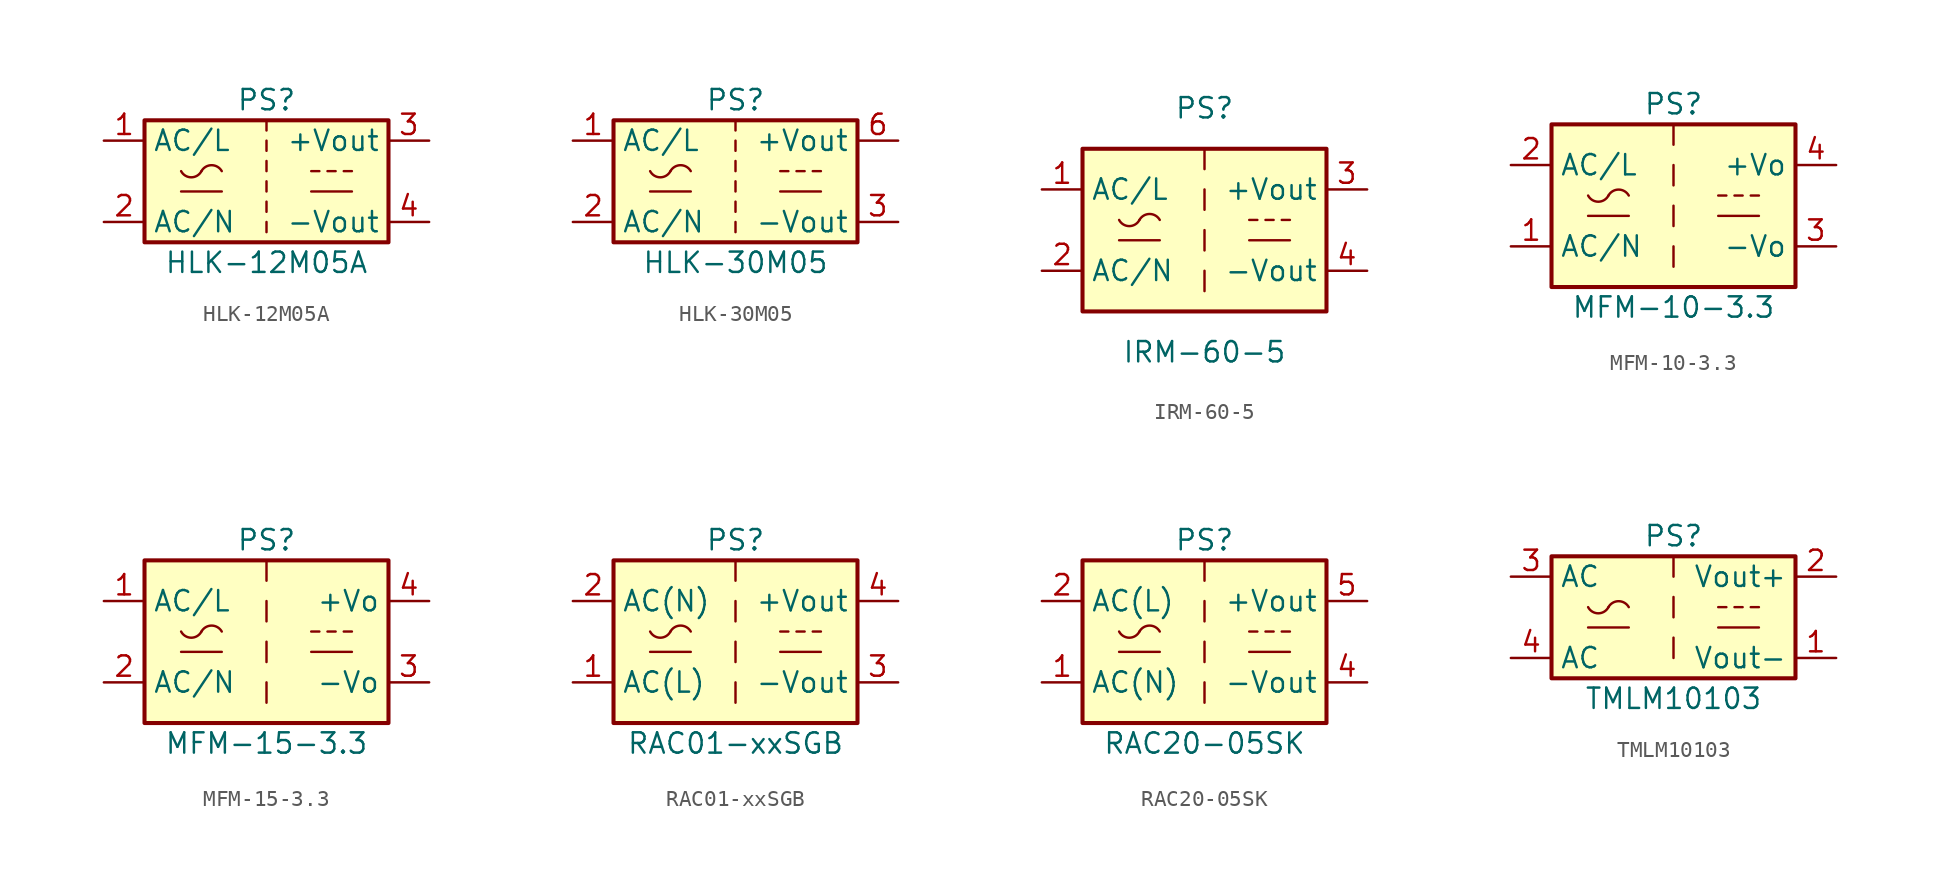
<source format=kicad_sym>
(kicad_symbol_lib
  (version 20231120)
  (generator "kicad_symbol_editor")
  (generator_version "8.0")
  (symbol "HLK-12M05A"
    (property "Reference" "PS"
      (at 0 5.08 0)
      (effects (font (size 1.27 1.27))))
    (property "Value" "HLK-12M05A"
      (at 0 -5.08 0)
      (effects (font (size 1.27 1.27))))
    (symbol "HLK-12M05A_0_1"
      (rectangle (start -7.62 3.81) (end 7.62 -3.81) (stroke (width 0.254) (type default)) (fill (type background)))
      (arc (start -5.334 0.635) (mid -4.699 0.2495) (end -4.064 0.635) (stroke (width 0) (type default)) (fill (type none)))
      (arc (start -2.794 0.635) (mid -3.429 1.0072) (end -4.064 0.635) (stroke (width 0) (type default)) (fill (type none)))
      (polyline (pts (xy -5.334 -0.635) (xy -2.794 -0.635)) (stroke (width 0) (type default)) (fill (type none)))
      (polyline (pts (xy 0 -2.54) (xy 0 -3.175)) (stroke (width 0) (type default)) (fill (type none)))
      (polyline (pts (xy 0 -1.27) (xy 0 -1.905)) (stroke (width 0) (type default)) (fill (type none)))
      (polyline (pts (xy 0 0) (xy 0 -0.635)) (stroke (width 0) (type default)) (fill (type none)))
      (polyline (pts (xy 0 1.27) (xy 0 0.635)) (stroke (width 0) (type default)) (fill (type none)))
      (polyline (pts (xy 0 2.54) (xy 0 1.905)) (stroke (width 0) (type default)) (fill (type none)))
      (polyline (pts (xy 0 3.81) (xy 0 3.175)) (stroke (width 0) (type default)) (fill (type none)))
      (polyline (pts (xy 2.794 -0.635) (xy 5.334 -0.635)) (stroke (width 0) (type default)) (fill (type none)))
      (polyline (pts (xy 2.794 0.635) (xy 3.302 0.635)) (stroke (width 0) (type default)) (fill (type none)))
      (polyline (pts (xy 3.81 0.635) (xy 4.318 0.635)) (stroke (width 0) (type default)) (fill (type none)))
      (polyline (pts (xy 4.826 0.635) (xy 5.334 0.635)) (stroke (width 0) (type default)) (fill (type none))))
    (symbol "HLK-12M05A_1_1"
      (pin power_in line (at -10.16 2.54 0) (length 2.54) (name "AC/L" (effects (font (size 1.27 1.27)))) (number "1" (effects (font (size 1.27 1.27)))))
      (pin power_in line (at -10.16 -2.54 0) (length 2.54) (name "AC/N" (effects (font (size 1.27 1.27)))) (number "2" (effects (font (size 1.27 1.27)))))
      (pin power_out line (at 10.16 2.54 180) (length 2.54) (name "+Vout" (effects (font (size 1.27 1.27)))) (number "3" (effects (font (size 1.27 1.27)))))
      (pin power_out line (at 10.16 -2.54 180) (length 2.54) (name "-Vout" (effects (font (size 1.27 1.27)))) (number "4" (effects (font (size 1.27 1.27)))))))
  (symbol "HLK-30M05"
    (property "Reference" "PS"
      (at 0 5.08 0)
      (effects (font (size 1.27 1.27))))
    (property "Value" "HLK-30M05"
      (at 0 -5.08 0)
      (effects (font (size 1.27 1.27))))
    (symbol "HLK-30M05_0_1"
      (rectangle (start -7.62 3.81) (end 7.62 -3.81) (stroke (width 0.254) (type default)) (fill (type background)))
      (arc (start -5.334 0.635) (mid -4.699 0.2495) (end -4.064 0.635) (stroke (width 0) (type default)) (fill (type none)))
      (arc (start -2.794 0.635) (mid -3.429 1.0072) (end -4.064 0.635) (stroke (width 0) (type default)) (fill (type none)))
      (polyline (pts (xy -5.334 -0.635) (xy -2.794 -0.635)) (stroke (width 0) (type default)) (fill (type none)))
      (polyline (pts (xy 0 -2.54) (xy 0 -3.175)) (stroke (width 0) (type default)) (fill (type none)))
      (polyline (pts (xy 0 -1.27) (xy 0 -1.905)) (stroke (width 0) (type default)) (fill (type none)))
      (polyline (pts (xy 0 0) (xy 0 -0.635)) (stroke (width 0) (type default)) (fill (type none)))
      (polyline (pts (xy 0 1.27) (xy 0 0.635)) (stroke (width 0) (type default)) (fill (type none)))
      (polyline (pts (xy 0 2.54) (xy 0 1.905)) (stroke (width 0) (type default)) (fill (type none)))
      (polyline (pts (xy 0 3.81) (xy 0 3.175)) (stroke (width 0) (type default)) (fill (type none)))
      (polyline (pts (xy 2.794 -0.635) (xy 5.334 -0.635)) (stroke (width 0) (type default)) (fill (type none)))
      (polyline (pts (xy 2.794 0.635) (xy 3.302 0.635)) (stroke (width 0) (type default)) (fill (type none)))
      (polyline (pts (xy 3.81 0.635) (xy 4.318 0.635)) (stroke (width 0) (type default)) (fill (type none)))
      (polyline (pts (xy 4.826 0.635) (xy 5.334 0.635)) (stroke (width 0) (type default)) (fill (type none))))
    (symbol "HLK-30M05_1_1"
      (pin power_in line (at -10.16 2.54 0) (length 2.54) (name "AC/L" (effects (font (size 1.27 1.27)))) (number "1" (effects (font (size 1.27 1.27)))))
      (pin power_in line (at -10.16 -2.54 0) (length 2.54) (name "AC/N" (effects (font (size 1.27 1.27)))) (number "2" (effects (font (size 1.27 1.27)))))
      (pin power_out line (at 10.16 -2.54 180) (length 2.54) (name "-Vout" (effects (font (size 1.27 1.27)))) (number "3" (effects (font (size 1.27 1.27)))))
      (pin power_out line (at 10.16 2.54 180) (length 2.54) (name "+Vout" (effects (font (size 1.27 1.27)))) (number "6" (effects (font (size 1.27 1.27)))))))
  (symbol "IRM-60-5"
    (property "Reference" "PS"
      (at 0 7.62 0)
      (effects (font (size 1.27 1.27))))
    (property "Value" "IRM-60-5"
      (at 0 -7.62 0)
      (effects (font (size 1.27 1.27))))
    (symbol "IRM-60-5_1_1"
      (rectangle (start -7.62 5.08) (end 7.62 -5.08) (stroke (width 0.254) (type default)) (fill (type background)))
      (arc (start -5.334 0.635) (mid -4.699 0.2495) (end -4.064 0.635) (stroke (width 0) (type default)) (fill (type none)))
      (arc (start -2.794 0.635) (mid -3.429 1.0072) (end -4.064 0.635) (stroke (width 0) (type default)) (fill (type none)))
      (polyline (pts (xy -5.334 -0.635) (xy -2.794 -0.635)) (stroke (width 0) (type default)) (fill (type none)))
      (polyline (pts (xy 0 -2.54) (xy 0 -3.81)) (stroke (width 0) (type default)) (fill (type none)))
      (polyline (pts (xy 0 0) (xy 0 -1.27)) (stroke (width 0) (type default)) (fill (type none)))
      (polyline (pts (xy 0 2.54) (xy 0 1.27)) (stroke (width 0) (type default)) (fill (type none)))
      (polyline (pts (xy 0 5.08) (xy 0 3.81)) (stroke (width 0) (type default)) (fill (type none)))
      (polyline (pts (xy 2.794 -0.635) (xy 5.334 -0.635)) (stroke (width 0) (type default)) (fill (type none)))
      (polyline (pts (xy 2.794 0.635) (xy 3.302 0.635)) (stroke (width 0) (type default)) (fill (type none)))
      (polyline (pts (xy 3.81 0.635) (xy 4.318 0.635)) (stroke (width 0) (type default)) (fill (type none)))
      (polyline (pts (xy 4.826 0.635) (xy 5.334 0.635)) (stroke (width 0) (type default)) (fill (type none)))
      (pin power_in line (at -10.16 2.54 0) (length 2.54) (name "AC/L" (effects (font (size 1.27 1.27)))) (number "1" (effects (font (size 1.27 1.27)))))
      (pin power_in line (at -10.16 -2.54 0) (length 2.54) (name "AC/N" (effects (font (size 1.27 1.27)))) (number "2" (effects (font (size 1.27 1.27)))))
      (pin power_out line (at 10.16 2.54 180) (length 2.54) (name "+Vout" (effects (font (size 1.27 1.27)))) (number "3" (effects (font (size 1.27 1.27)))))
      (pin power_out line (at 10.16 -2.54 180) (length 2.54) (name "-Vout" (effects (font (size 1.27 1.27)))) (number "4" (effects (font (size 1.27 1.27)))))))
  (symbol "MFM-10-3.3"
    (property "Reference" "PS"
      (at 0 6.35 0)
      (effects (font (size 1.27 1.27))))
    (property "Value" "MFM-10-3.3"
      (at 0 -6.35 0)
      (effects (font (size 1.27 1.27))))
    (symbol "MFM-10-3.3_0_1"
      (rectangle (start -7.62 5.08) (end 7.62 -5.08) (stroke (width 0.254) (type default)) (fill (type background)))
      (arc (start -5.334 0.635) (mid -4.699 0.2495) (end -4.064 0.635) (stroke (width 0) (type default)) (fill (type none)))
      (arc (start -2.794 0.635) (mid -3.429 1.0072) (end -4.064 0.635) (stroke (width 0) (type default)) (fill (type none)))
      (polyline (pts (xy -5.334 -0.635) (xy -2.794 -0.635)) (stroke (width 0) (type default)) (fill (type none)))
      (polyline (pts (xy 0 -2.54) (xy 0 -3.81)) (stroke (width 0) (type default)) (fill (type none)))
      (polyline (pts (xy 0 0) (xy 0 -1.27)) (stroke (width 0) (type default)) (fill (type none)))
      (polyline (pts (xy 0 2.54) (xy 0 1.27)) (stroke (width 0) (type default)) (fill (type none)))
      (polyline (pts (xy 0 5.08) (xy 0 3.81)) (stroke (width 0) (type default)) (fill (type none)))
      (polyline (pts (xy 2.794 -0.635) (xy 5.334 -0.635)) (stroke (width 0) (type default)) (fill (type none)))
      (polyline (pts (xy 2.794 0.635) (xy 3.302 0.635)) (stroke (width 0) (type default)) (fill (type none)))
      (polyline (pts (xy 3.81 0.635) (xy 4.318 0.635)) (stroke (width 0) (type default)) (fill (type none)))
      (polyline (pts (xy 4.826 0.635) (xy 5.334 0.635)) (stroke (width 0) (type default)) (fill (type none))))
    (symbol "MFM-10-3.3_1_1"
      (pin power_in line (at -10.16 -2.54 0) (length 2.54) (name "AC/N" (effects (font (size 1.27 1.27)))) (number "1" (effects (font (size 1.27 1.27)))))
      (pin power_in line (at -10.16 2.54 0) (length 2.54) (name "AC/L" (effects (font (size 1.27 1.27)))) (number "2" (effects (font (size 1.27 1.27)))))
      (pin power_out line (at 10.16 -2.54 180) (length 2.54) (name "-Vo" (effects (font (size 1.27 1.27)))) (number "3" (effects (font (size 1.27 1.27)))))
      (pin power_out line (at 10.16 2.54 180) (length 2.54) (name "+Vo" (effects (font (size 1.27 1.27)))) (number "4" (effects (font (size 1.27 1.27)))))))
  (symbol "MFM-15-3.3"
    (property "Reference" "PS"
      (at 0 6.35 0)
      (effects (font (size 1.27 1.27))))
    (property "Value" "MFM-15-3.3"
      (at 0 -6.35 0)
      (effects (font (size 1.27 1.27))))
    (symbol "MFM-15-3.3_0_1"
      (rectangle (start -7.62 5.08) (end 7.62 -5.08) (stroke (width 0.254) (type default)) (fill (type background)))
      (arc (start -5.334 0.635) (mid -4.699 0.2495) (end -4.064 0.635) (stroke (width 0) (type default)) (fill (type none)))
      (arc (start -2.794 0.635) (mid -3.429 1.0072) (end -4.064 0.635) (stroke (width 0) (type default)) (fill (type none)))
      (polyline (pts (xy -5.334 -0.635) (xy -2.794 -0.635)) (stroke (width 0) (type default)) (fill (type none)))
      (polyline (pts (xy 0 -2.54) (xy 0 -3.81)) (stroke (width 0) (type default)) (fill (type none)))
      (polyline (pts (xy 0 0) (xy 0 -1.27)) (stroke (width 0) (type default)) (fill (type none)))
      (polyline (pts (xy 0 2.54) (xy 0 1.27)) (stroke (width 0) (type default)) (fill (type none)))
      (polyline (pts (xy 0 5.08) (xy 0 3.81)) (stroke (width 0) (type default)) (fill (type none)))
      (polyline (pts (xy 2.794 -0.635) (xy 5.334 -0.635)) (stroke (width 0) (type default)) (fill (type none)))
      (polyline (pts (xy 2.794 0.635) (xy 3.302 0.635)) (stroke (width 0) (type default)) (fill (type none)))
      (polyline (pts (xy 3.81 0.635) (xy 4.318 0.635)) (stroke (width 0) (type default)) (fill (type none)))
      (polyline (pts (xy 4.826 0.635) (xy 5.334 0.635)) (stroke (width 0) (type default)) (fill (type none))))
    (symbol "MFM-15-3.3_1_1"
      (pin power_in line (at -10.16 2.54 0) (length 2.54) (name "AC/L" (effects (font (size 1.27 1.27)))) (number "1" (effects (font (size 1.27 1.27)))))
      (pin power_in line (at -10.16 -2.54 0) (length 2.54) (name "AC/N" (effects (font (size 1.27 1.27)))) (number "2" (effects (font (size 1.27 1.27)))))
      (pin power_out line (at 10.16 -2.54 180) (length 2.54) (name "-Vo" (effects (font (size 1.27 1.27)))) (number "3" (effects (font (size 1.27 1.27)))))
      (pin power_out line (at 10.16 2.54 180) (length 2.54) (name "+Vo" (effects (font (size 1.27 1.27)))) (number "4" (effects (font (size 1.27 1.27)))))))
  (symbol "RAC01-xxSGB"
    (property "Reference" "PS"
      (at 0 6.35 0)
      (effects (font (size 1.27 1.27))))
    (property "Value" "RAC01-xxSGB"
      (at 0 -6.35 0)
      (effects (font (size 1.27 1.27))))
    (symbol "RAC01-xxSGB_1_1"
      (rectangle (start -7.62 5.08) (end 7.62 -5.08) (stroke (width 0.254) (type default)) (fill (type background)))
      (arc (start -5.334 0.635) (mid -4.699 0.2495) (end -4.064 0.635) (stroke (width 0) (type default)) (fill (type none)))
      (arc (start -2.794 0.635) (mid -3.429 1.0072) (end -4.064 0.635) (stroke (width 0) (type default)) (fill (type none)))
      (polyline (pts (xy -5.334 -0.635) (xy -2.794 -0.635)) (stroke (width 0) (type default)) (fill (type none)))
      (polyline (pts (xy 0 -2.54) (xy 0 -3.81)) (stroke (width 0) (type default)) (fill (type none)))
      (polyline (pts (xy 0 0) (xy 0 -1.27)) (stroke (width 0) (type default)) (fill (type none)))
      (polyline (pts (xy 0 2.54) (xy 0 1.27)) (stroke (width 0) (type default)) (fill (type none)))
      (polyline (pts (xy 0 5.08) (xy 0 3.81)) (stroke (width 0) (type default)) (fill (type none)))
      (polyline (pts (xy 2.794 -0.635) (xy 5.334 -0.635)) (stroke (width 0) (type default)) (fill (type none)))
      (polyline (pts (xy 2.794 0.635) (xy 3.302 0.635)) (stroke (width 0) (type default)) (fill (type none)))
      (polyline (pts (xy 3.81 0.635) (xy 4.318 0.635)) (stroke (width 0) (type default)) (fill (type none)))
      (polyline (pts (xy 4.826 0.635) (xy 5.334 0.635)) (stroke (width 0) (type default)) (fill (type none)))
      (pin power_in line (at -10.16 -2.54 0) (length 2.54) (name "AC(L)" (effects (font (size 1.27 1.27)))) (number "1" (effects (font (size 1.27 1.27)))))
      (pin power_in line (at -10.16 2.54 0) (length 2.54) (name "AC(N)" (effects (font (size 1.27 1.27)))) (number "2" (effects (font (size 1.27 1.27)))))
      (pin power_out line (at 10.16 -2.54 180) (length 2.54) (name "-Vout" (effects (font (size 1.27 1.27)))) (number "3" (effects (font (size 1.27 1.27)))))
      (pin power_out line (at 10.16 2.54 180) (length 2.54) (name "+Vout" (effects (font (size 1.27 1.27)))) (number "4" (effects (font (size 1.27 1.27)))))))
  (symbol "RAC20-05SK"
    (property "Reference" "PS"
      (at 0 6.35 0)
      (effects (font (size 1.27 1.27))))
    (property "Value" "RAC20-05SK"
      (at 0 -6.35 0)
      (effects (font (size 1.27 1.27))))
    (symbol "RAC20-05SK_1_1"
      (rectangle (start -7.62 5.08) (end 7.62 -5.08) (stroke (width 0.254) (type default)) (fill (type background)))
      (arc (start -5.334 0.635) (mid -4.699 0.2495) (end -4.064 0.635) (stroke (width 0) (type default)) (fill (type none)))
      (arc (start -2.794 0.635) (mid -3.429 1.0072) (end -4.064 0.635) (stroke (width 0) (type default)) (fill (type none)))
      (polyline (pts (xy -5.334 -0.635) (xy -2.794 -0.635)) (stroke (width 0) (type default)) (fill (type none)))
      (polyline (pts (xy 0 -2.54) (xy 0 -3.81)) (stroke (width 0) (type default)) (fill (type none)))
      (polyline (pts (xy 0 0) (xy 0 -1.27)) (stroke (width 0) (type default)) (fill (type none)))
      (polyline (pts (xy 0 2.54) (xy 0 1.27)) (stroke (width 0) (type default)) (fill (type none)))
      (polyline (pts (xy 0 5.08) (xy 0 3.81)) (stroke (width 0) (type default)) (fill (type none)))
      (polyline (pts (xy 2.794 -0.635) (xy 5.334 -0.635)) (stroke (width 0) (type default)) (fill (type none)))
      (polyline (pts (xy 2.794 0.635) (xy 3.302 0.635)) (stroke (width 0) (type default)) (fill (type none)))
      (polyline (pts (xy 3.81 0.635) (xy 4.318 0.635)) (stroke (width 0) (type default)) (fill (type none)))
      (polyline (pts (xy 4.826 0.635) (xy 5.334 0.635)) (stroke (width 0) (type default)) (fill (type none)))
      (pin power_in line (at -10.16 -2.54 0) (length 2.54) (name "AC(N)" (effects (font (size 1.27 1.27)))) (number "1" (effects (font (size 1.27 1.27)))))
      (pin power_in line (at -10.16 2.54 0) (length 2.54) (name "AC(L)" (effects (font (size 1.27 1.27)))) (number "2" (effects (font (size 1.27 1.27)))))
      (pin power_out line (at 10.16 -2.54 180) (length 2.54) (name "-Vout" (effects (font (size 1.27 1.27)))) (number "4" (effects (font (size 1.27 1.27)))))
      (pin power_out line (at 10.16 2.54 180) (length 2.54) (name "+Vout" (effects (font (size 1.27 1.27)))) (number "5" (effects (font (size 1.27 1.27)))))))
  (symbol "TMLM10103"
    (property "Reference" "PS"
      (at 0 5.08 0)
      (effects (font (size 1.27 1.27))))
    (property "Value" "TMLM10103"
      (at 0 -5.08 0)
      (effects (font (size 1.27 1.27))))
    (symbol "TMLM10103_0_1"
      (rectangle (start -7.62 3.81) (end 7.62 -3.81) (stroke (width 0.254) (type default)) (fill (type background)))
      (arc (start -5.334 0.635) (mid -4.699 0.2495) (end -4.064 0.635) (stroke (width 0) (type default)) (fill (type none)))
      (arc (start -2.794 0.635) (mid -3.429 1.0072) (end -4.064 0.635) (stroke (width 0) (type default)) (fill (type none)))
      (polyline (pts (xy -5.334 -0.635) (xy -2.794 -0.635)) (stroke (width 0) (type default)) (fill (type none)))
      (polyline (pts (xy 2.794 -0.635) (xy 5.334 -0.635)) (stroke (width 0) (type default)) (fill (type none)))
      (polyline (pts (xy 2.794 0.635) (xy 3.302 0.635)) (stroke (width 0) (type default)) (fill (type none)))
      (polyline (pts (xy 3.81 0.635) (xy 4.318 0.635)) (stroke (width 0) (type default)) (fill (type none)))
      (polyline (pts (xy 4.826 0.635) (xy 5.334 0.635)) (stroke (width 0) (type default)) (fill (type none))))
    (symbol "TMLM10103_1_1"
      (polyline (pts (xy 0 -1.27) (xy 0 -2.54)) (stroke (width 0) (type default)) (fill (type none)))
      (polyline (pts (xy 0 1.27) (xy 0 0)) (stroke (width 0) (type default)) (fill (type none)))
      (polyline (pts (xy 0 3.81) (xy 0 2.54)) (stroke (width 0) (type default)) (fill (type none)))
      (pin power_out line (at 10.16 -2.54 180) (length 2.54) (name "Vout-" (effects (font (size 1.27 1.27)))) (number "1" (effects (font (size 1.27 1.27)))))
      (pin power_out line (at 10.16 2.54 180) (length 2.54) (name "Vout+" (effects (font (size 1.27 1.27)))) (number "2" (effects (font (size 1.27 1.27)))))
      (pin power_in line (at -10.16 2.54 0) (length 2.54) (name "AC" (effects (font (size 1.27 1.27)))) (number "3" (effects (font (size 1.27 1.27)))))
      (pin power_in line (at -10.16 -2.54 0) (length 2.54) (name "AC" (effects (font (size 1.27 1.27)))) (number "4" (effects (font (size 1.27 1.27))))))))
</source>
